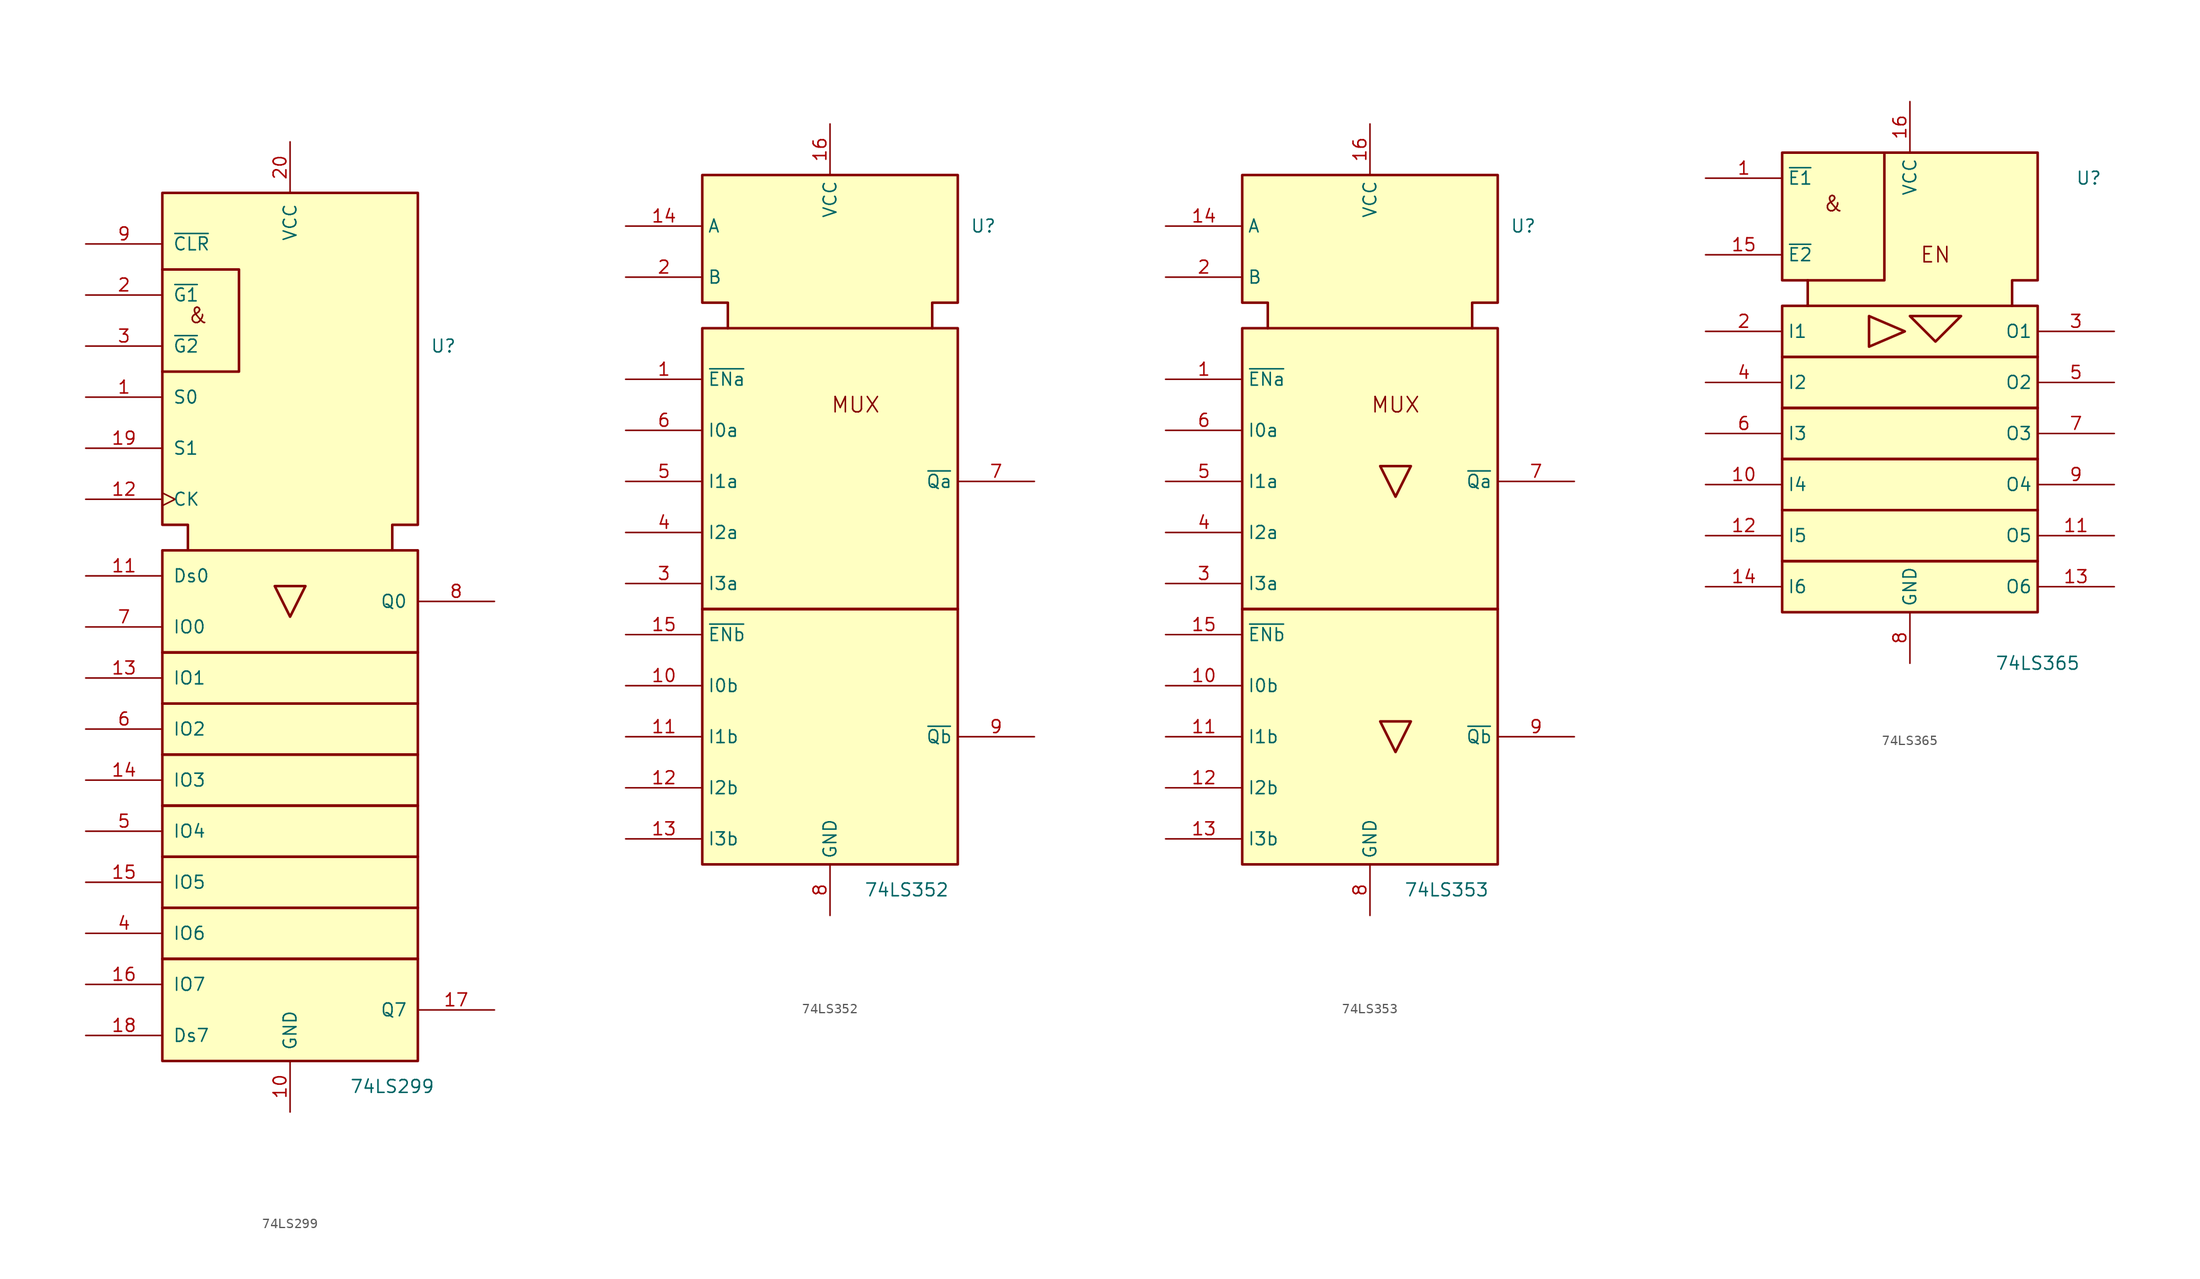
<source format=kicad_sym>
(kicad_symbol_lib
  (version 20231120)
  (generator "kicad_symbol_editor")
  (generator_version "8.0")
  (symbol "74LS299"
    (pin_names
      (offset 1.016))
    (property "Reference" "U"
      (at 15.24 12.7 0)
      (effects (font (size 1.27 1.27))))
    (property "Value" "74LS299"
      (at 10.16 -60.96 0)
      (effects (font (size 1.27 1.27))))
    (symbol "74LS299_0_0"
      (polyline (pts (xy 1.524 -11.176) (xy -1.524 -11.176) (xy 0 -14.224) (xy 1.524 -11.176) (xy 1.524 -11.176)) (stroke (width 0.254) (type default)) (fill (type background)))
      (text "&" (at -9.144 15.748 0) (effects (font (size 1.524 1.524))))
      (pin power_in line (at 0 -63.5 90) (length 5.08) (name "GND" (effects (font (size 1.27 1.27)))) (number "10" (effects (font (size 1.27 1.27)))))
      (pin power_in line (at 0 33.02 270) (length 5.08) (name "VCC" (effects (font (size 1.27 1.27)))) (number "20" (effects (font (size 1.27 1.27))))))
    (symbol "74LS299_0_1"
      (rectangle (start -12.7 -48.26) (end 12.7 -58.42) (stroke (width 0.254) (type default)) (fill (type background)))
      (rectangle (start -12.7 -43.18) (end 12.7 -48.26) (stroke (width 0.254) (type default)) (fill (type background)))
      (rectangle (start -12.7 -38.1) (end 12.7 -43.18) (stroke (width 0.254) (type default)) (fill (type background)))
      (rectangle (start -12.7 -33.02) (end 12.7 -38.1) (stroke (width 0.254) (type default)) (fill (type background)))
      (rectangle (start -12.7 -27.94) (end 12.7 -33.02) (stroke (width 0.254) (type default)) (fill (type background)))
      (rectangle (start -12.7 -22.86) (end 12.7 -27.94) (stroke (width 0.254) (type default)) (fill (type background)))
      (rectangle (start -12.7 -17.78) (end 12.7 -22.86) (stroke (width 0.254) (type default)) (fill (type background)))
      (rectangle (start -12.7 -7.62) (end 12.7 -17.78) (stroke (width 0.254) (type default)) (fill (type background)))
      (polyline (pts (xy -12.7 20.32) (xy -5.08 20.32) (xy -5.08 10.16) (xy -12.7 10.16) (xy -12.7 10.16)) (stroke (width 0.254) (type default)) (fill (type background)))
      (polyline (pts (xy -10.16 -7.62) (xy -10.16 -5.08) (xy -12.7 -5.08) (xy -12.7 27.94) (xy 12.7 27.94) (xy 12.7 -5.08) (xy 10.16 -5.08) (xy 10.16 -7.62) (xy 10.16 -7.62)) (stroke (width 0.254) (type default)) (fill (type background))))
    (symbol "74LS299_1_1"
      (pin input line (at -20.32 7.62 0) (length 7.62) (name "S0" (effects (font (size 1.27 1.27)))) (number "1" (effects (font (size 1.27 1.27)))))
      (pin input line (at -20.32 -10.16 0) (length 7.62) (name "Ds0" (effects (font (size 1.27 1.27)))) (number "11" (effects (font (size 1.27 1.27)))))
      (pin input clock (at -20.32 -2.54 0) (length 7.62) (name "CK" (effects (font (size 1.27 1.27)))) (number "12" (effects (font (size 1.27 1.27)))))
      (pin tri_state line (at -20.32 -20.32 0) (length 7.62) (name "IO1" (effects (font (size 1.27 1.27)))) (number "13" (effects (font (size 1.27 1.27)))))
      (pin tri_state line (at -20.32 -30.48 0) (length 7.62) (name "IO3" (effects (font (size 1.27 1.27)))) (number "14" (effects (font (size 1.27 1.27)))))
      (pin tri_state line (at -20.32 -40.64 0) (length 7.62) (name "IO5" (effects (font (size 1.27 1.27)))) (number "15" (effects (font (size 1.27 1.27)))))
      (pin tri_state line (at -20.32 -50.8 0) (length 7.62) (name "IO7" (effects (font (size 1.27 1.27)))) (number "16" (effects (font (size 1.27 1.27)))))
      (pin output line (at 20.32 -53.34 180) (length 7.62) (name "Q7" (effects (font (size 1.27 1.27)))) (number "17" (effects (font (size 1.27 1.27)))))
      (pin input line (at -20.32 -55.88 0) (length 7.62) (name "Ds7" (effects (font (size 1.27 1.27)))) (number "18" (effects (font (size 1.27 1.27)))))
      (pin input line (at -20.32 2.54 0) (length 7.62) (name "S1" (effects (font (size 1.27 1.27)))) (number "19" (effects (font (size 1.27 1.27)))))
      (pin input line (at -20.32 17.78 0) (length 7.62) (name "~{G1}" (effects (font (size 1.27 1.27)))) (number "2" (effects (font (size 1.27 1.27)))))
      (pin input line (at -20.32 12.7 0) (length 7.62) (name "~{G2}" (effects (font (size 1.27 1.27)))) (number "3" (effects (font (size 1.27 1.27)))))
      (pin tri_state line (at -20.32 -45.72 0) (length 7.62) (name "IO6" (effects (font (size 1.27 1.27)))) (number "4" (effects (font (size 1.27 1.27)))))
      (pin tri_state line (at -20.32 -35.56 0) (length 7.62) (name "IO4" (effects (font (size 1.27 1.27)))) (number "5" (effects (font (size 1.27 1.27)))))
      (pin tri_state line (at -20.32 -25.4 0) (length 7.62) (name "IO2" (effects (font (size 1.27 1.27)))) (number "6" (effects (font (size 1.27 1.27)))))
      (pin tri_state line (at -20.32 -15.24 0) (length 7.62) (name "IO0" (effects (font (size 1.27 1.27)))) (number "7" (effects (font (size 1.27 1.27)))))
      (pin output line (at 20.32 -12.7 180) (length 7.62) (name "Q0" (effects (font (size 1.27 1.27)))) (number "8" (effects (font (size 1.27 1.27)))))
      (pin input line (at -20.32 22.86 0) (length 7.62) (name "~{CLR}" (effects (font (size 1.27 1.27)))) (number "9" (effects (font (size 1.27 1.27)))))))
  (symbol "74LS352"
    (property "Reference" "U"
      (at 15.24 33.02 0)
      (effects (font (size 1.27 1.27))))
    (property "Value" "74LS352"
      (at 7.62 -33.02 0)
      (effects (font (size 1.27 1.27))))
    (symbol "74LS352_0_0"
      (rectangle (start -12.7 -5.08) (end 12.7 -30.48) (stroke (width 0.254) (type default)) (fill (type background)))
      (rectangle (start -12.7 22.86) (end 12.7 -5.08) (stroke (width 0.254) (type default)) (fill (type background)))
      (polyline (pts (xy -10.16 22.86) (xy -10.16 25.4) (xy -12.7 25.4) (xy -12.7 38.1) (xy 12.7 38.1) (xy 12.7 25.4) (xy 10.16 25.4) (xy 10.16 22.86) (xy 10.16 22.86)) (stroke (width 0.254) (type default)) (fill (type background)))
      (text "MUX" (at 2.54 15.24 0) (effects (font (size 1.524 1.524))))
      (pin power_in line (at 0 43.18 270) (length 5.08) (name "VCC" (effects (font (size 1.27 1.27)))) (number "16" (effects (font (size 1.27 1.27)))))
      (pin power_in line (at 0 -35.56 90) (length 5.08) (name "GND" (effects (font (size 1.27 1.27)))) (number "8" (effects (font (size 1.27 1.27))))))
    (symbol "74LS352_1_1"
      (pin input line (at -20.32 17.78 0) (length 7.62) (name "~{ENa}" (effects (font (size 1.27 1.27)))) (number "1" (effects (font (size 1.27 1.27)))))
      (pin input line (at -20.32 -12.7 0) (length 7.62) (name "I0b" (effects (font (size 1.27 1.27)))) (number "10" (effects (font (size 1.27 1.27)))))
      (pin input line (at -20.32 -17.78 0) (length 7.62) (name "I1b" (effects (font (size 1.27 1.27)))) (number "11" (effects (font (size 1.27 1.27)))))
      (pin input line (at -20.32 -22.86 0) (length 7.62) (name "I2b" (effects (font (size 1.27 1.27)))) (number "12" (effects (font (size 1.27 1.27)))))
      (pin input line (at -20.32 -27.94 0) (length 7.62) (name "I3b" (effects (font (size 1.27 1.27)))) (number "13" (effects (font (size 1.27 1.27)))))
      (pin input line (at -20.32 33.02 0) (length 7.62) (name "A" (effects (font (size 1.27 1.27)))) (number "14" (effects (font (size 1.27 1.27)))))
      (pin input line (at -20.32 -7.62 0) (length 7.62) (name "~{ENb}" (effects (font (size 1.27 1.27)))) (number "15" (effects (font (size 1.27 1.27)))))
      (pin input line (at -20.32 27.94 0) (length 7.62) (name "B" (effects (font (size 1.27 1.27)))) (number "2" (effects (font (size 1.27 1.27)))))
      (pin input line (at -20.32 -2.54 0) (length 7.62) (name "I3a" (effects (font (size 1.27 1.27)))) (number "3" (effects (font (size 1.27 1.27)))))
      (pin input line (at -20.32 2.54 0) (length 7.62) (name "I2a" (effects (font (size 1.27 1.27)))) (number "4" (effects (font (size 1.27 1.27)))))
      (pin input line (at -20.32 7.62 0) (length 7.62) (name "I1a" (effects (font (size 1.27 1.27)))) (number "5" (effects (font (size 1.27 1.27)))))
      (pin input line (at -20.32 12.7 0) (length 7.62) (name "I0a" (effects (font (size 1.27 1.27)))) (number "6" (effects (font (size 1.27 1.27)))))
      (pin output line (at 20.32 7.62 180) (length 7.62) (name "~{Qa}" (effects (font (size 1.27 1.27)))) (number "7" (effects (font (size 1.27 1.27)))))
      (pin output line (at 20.32 -17.78 180) (length 7.62) (name "~{Qb}" (effects (font (size 1.27 1.27)))) (number "9" (effects (font (size 1.27 1.27)))))))
  (symbol "74LS353"
    (property "Reference" "U"
      (at 15.24 33.02 0)
      (effects (font (size 1.27 1.27))))
    (property "Value" "74LS353"
      (at 7.62 -33.02 0)
      (effects (font (size 1.27 1.27))))
    (symbol "74LS353_0_0"
      (rectangle (start -12.7 -5.08) (end 12.7 -30.48) (stroke (width 0.254) (type default)) (fill (type background)))
      (rectangle (start -12.7 22.86) (end 12.7 -5.08) (stroke (width 0.254) (type default)) (fill (type background)))
      (polyline (pts (xy 4.064 -16.256) (xy 1.016 -16.256) (xy 2.54 -19.304) (xy 4.064 -16.256) (xy 4.064 -16.256)) (stroke (width 0.254) (type default)) (fill (type background)))
      (polyline (pts (xy 4.064 9.144) (xy 1.016 9.144) (xy 2.54 6.096) (xy 4.064 9.144) (xy 4.064 9.144)) (stroke (width 0.254) (type default)) (fill (type background)))
      (polyline (pts (xy -10.16 22.86) (xy -10.16 25.4) (xy -12.7 25.4) (xy -12.7 38.1) (xy 12.7 38.1) (xy 12.7 25.4) (xy 10.16 25.4) (xy 10.16 22.86) (xy 10.16 22.86)) (stroke (width 0.254) (type default)) (fill (type background)))
      (text "MUX" (at 2.54 15.24 0) (effects (font (size 1.524 1.524))))
      (pin power_in line (at 0 43.18 270) (length 5.08) (name "VCC" (effects (font (size 1.27 1.27)))) (number "16" (effects (font (size 1.27 1.27)))))
      (pin power_in line (at 0 -35.56 90) (length 5.08) (name "GND" (effects (font (size 1.27 1.27)))) (number "8" (effects (font (size 1.27 1.27))))))
    (symbol "74LS353_1_1"
      (pin input line (at -20.32 17.78 0) (length 7.62) (name "~{ENa}" (effects (font (size 1.27 1.27)))) (number "1" (effects (font (size 1.27 1.27)))))
      (pin input line (at -20.32 -12.7 0) (length 7.62) (name "I0b" (effects (font (size 1.27 1.27)))) (number "10" (effects (font (size 1.27 1.27)))))
      (pin input line (at -20.32 -17.78 0) (length 7.62) (name "I1b" (effects (font (size 1.27 1.27)))) (number "11" (effects (font (size 1.27 1.27)))))
      (pin input line (at -20.32 -22.86 0) (length 7.62) (name "I2b" (effects (font (size 1.27 1.27)))) (number "12" (effects (font (size 1.27 1.27)))))
      (pin input line (at -20.32 -27.94 0) (length 7.62) (name "I3b" (effects (font (size 1.27 1.27)))) (number "13" (effects (font (size 1.27 1.27)))))
      (pin input line (at -20.32 33.02 0) (length 7.62) (name "A" (effects (font (size 1.27 1.27)))) (number "14" (effects (font (size 1.27 1.27)))))
      (pin input line (at -20.32 -7.62 0) (length 7.62) (name "~{ENb}" (effects (font (size 1.27 1.27)))) (number "15" (effects (font (size 1.27 1.27)))))
      (pin input line (at -20.32 27.94 0) (length 7.62) (name "B" (effects (font (size 1.27 1.27)))) (number "2" (effects (font (size 1.27 1.27)))))
      (pin input line (at -20.32 -2.54 0) (length 7.62) (name "I3a" (effects (font (size 1.27 1.27)))) (number "3" (effects (font (size 1.27 1.27)))))
      (pin input line (at -20.32 2.54 0) (length 7.62) (name "I2a" (effects (font (size 1.27 1.27)))) (number "4" (effects (font (size 1.27 1.27)))))
      (pin input line (at -20.32 7.62 0) (length 7.62) (name "I1a" (effects (font (size 1.27 1.27)))) (number "5" (effects (font (size 1.27 1.27)))))
      (pin input line (at -20.32 12.7 0) (length 7.62) (name "I0a" (effects (font (size 1.27 1.27)))) (number "6" (effects (font (size 1.27 1.27)))))
      (pin tri_state line (at 20.32 7.62 180) (length 7.62) (name "~{Qa}" (effects (font (size 1.27 1.27)))) (number "7" (effects (font (size 1.27 1.27)))))
      (pin tri_state line (at 20.32 -17.78 180) (length 7.62) (name "~{Qb}" (effects (font (size 1.27 1.27)))) (number "9" (effects (font (size 1.27 1.27)))))))
  (symbol "74LS365"
    (property "Reference" "U"
      (at 17.78 25.4 0)
      (effects (font (size 1.27 1.27))))
    (property "Value" "74LS365"
      (at 12.7 -22.86 0)
      (effects (font (size 1.27 1.27))))
    (symbol "74LS365_0_0"
      (polyline (pts (xy -4.064 11.684) (xy -4.064 8.636) (xy -0.508 10.16) (xy -4.064 11.684) (xy -4.064 11.684)) (stroke (width 0.254) (type default)) (fill (type background)))
      (text "&" (at -7.62 22.86 0) (effects (font (size 1.524 1.524))))
      (text "EN" (at 2.54 17.78 0) (effects (font (size 1.524 1.524))))
      (pin power_in line (at 0 -22.86 90) (length 5.08) (name "GND" (effects (font (size 1.27 1.27)))) (number "8" (effects (font (size 1.27 1.27))))))
    (symbol "74LS365_0_1"
      (rectangle (start -12.7 -12.7) (end 12.7 -17.78) (stroke (width 0.254) (type default)) (fill (type background)))
      (rectangle (start -12.7 -7.62) (end 12.7 -12.7) (stroke (width 0.254) (type default)) (fill (type background)))
      (rectangle (start -12.7 -2.54) (end 12.7 -7.62) (stroke (width 0.254) (type default)) (fill (type background)))
      (rectangle (start -12.7 2.54) (end 12.7 -2.54) (stroke (width 0.254) (type default)) (fill (type background)))
      (rectangle (start -12.7 7.62) (end 12.7 2.54) (stroke (width 0.254) (type default)) (fill (type background)))
      (rectangle (start -12.7 12.7) (end 12.7 7.62) (stroke (width 0.254) (type default)) (fill (type background)))
      (polyline (pts (xy -2.54 27.94) (xy -2.54 15.24) (xy -10.16 15.24) (xy -10.16 15.24)) (stroke (width 0.254) (type default)) (fill (type background)))
      (polyline (pts (xy 0 11.684) (xy 5.08 11.684) (xy 2.54 9.144) (xy 0 11.684) (xy 0 11.684)) (stroke (width 0.254) (type default)) (fill (type background)))
      (polyline (pts (xy -10.16 12.7) (xy -10.16 15.24) (xy -12.7 15.24) (xy -12.7 27.94) (xy 12.7 27.94) (xy 12.7 15.24) (xy 10.16 15.24) (xy 10.16 12.7) (xy 10.16 12.7)) (stroke (width 0.254) (type default)) (fill (type background)))
      (pin power_in line (at 0 33.02 270) (length 5.08) (name "VCC" (effects (font (size 1.27 1.27)))) (number "16" (effects (font (size 1.27 1.27))))))
    (symbol "74LS365_1_1"
      (pin input line (at -20.32 25.4 0) (length 7.62) (name "~{E1}" (effects (font (size 1.27 1.27)))) (number "1" (effects (font (size 1.27 1.27)))))
      (pin input line (at -20.32 -5.08 0) (length 7.62) (name "I4" (effects (font (size 1.27 1.27)))) (number "10" (effects (font (size 1.27 1.27)))))
      (pin tri_state line (at 20.32 -10.16 180) (length 7.62) (name "O5" (effects (font (size 1.27 1.27)))) (number "11" (effects (font (size 1.27 1.27)))))
      (pin input line (at -20.32 -10.16 0) (length 7.62) (name "I5" (effects (font (size 1.27 1.27)))) (number "12" (effects (font (size 1.27 1.27)))))
      (pin tri_state line (at 20.32 -15.24 180) (length 7.62) (name "O6" (effects (font (size 1.27 1.27)))) (number "13" (effects (font (size 1.27 1.27)))))
      (pin input line (at -20.32 -15.24 0) (length 7.62) (name "I6" (effects (font (size 1.27 1.27)))) (number "14" (effects (font (size 1.27 1.27)))))
      (pin input line (at -20.32 17.78 0) (length 7.62) (name "~{E2}" (effects (font (size 1.27 1.27)))) (number "15" (effects (font (size 1.27 1.27)))))
      (pin input line (at -20.32 10.16 0) (length 7.62) (name "I1" (effects (font (size 1.27 1.27)))) (number "2" (effects (font (size 1.27 1.27)))))
      (pin tri_state line (at 20.32 10.16 180) (length 7.62) (name "O1" (effects (font (size 1.27 1.27)))) (number "3" (effects (font (size 1.27 1.27)))))
      (pin input line (at -20.32 5.08 0) (length 7.62) (name "I2" (effects (font (size 1.27 1.27)))) (number "4" (effects (font (size 1.27 1.27)))))
      (pin tri_state line (at 20.32 5.08 180) (length 7.62) (name "O2" (effects (font (size 1.27 1.27)))) (number "5" (effects (font (size 1.27 1.27)))))
      (pin input line (at -20.32 0 0) (length 7.62) (name "I3" (effects (font (size 1.27 1.27)))) (number "6" (effects (font (size 1.27 1.27)))))
      (pin tri_state line (at 20.32 0 180) (length 7.62) (name "O3" (effects (font (size 1.27 1.27)))) (number "7" (effects (font (size 1.27 1.27)))))
      (pin tri_state line (at 20.32 -5.08 180) (length 7.62) (name "O4" (effects (font (size 1.27 1.27)))) (number "9" (effects (font (size 1.27 1.27))))))))
</source>
